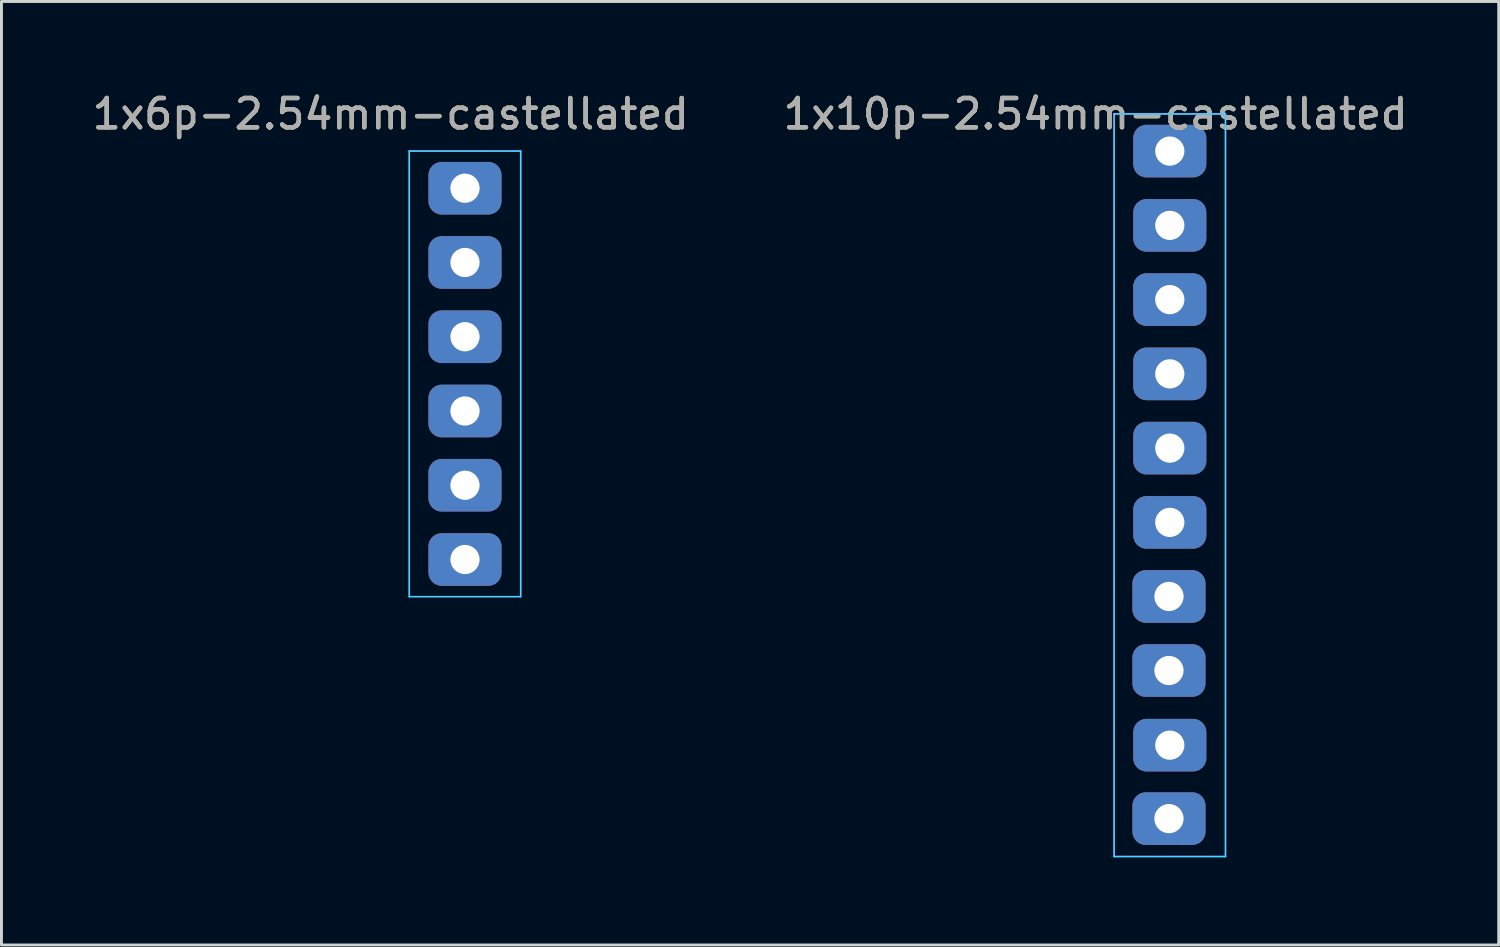
<source format=kicad_pcb>
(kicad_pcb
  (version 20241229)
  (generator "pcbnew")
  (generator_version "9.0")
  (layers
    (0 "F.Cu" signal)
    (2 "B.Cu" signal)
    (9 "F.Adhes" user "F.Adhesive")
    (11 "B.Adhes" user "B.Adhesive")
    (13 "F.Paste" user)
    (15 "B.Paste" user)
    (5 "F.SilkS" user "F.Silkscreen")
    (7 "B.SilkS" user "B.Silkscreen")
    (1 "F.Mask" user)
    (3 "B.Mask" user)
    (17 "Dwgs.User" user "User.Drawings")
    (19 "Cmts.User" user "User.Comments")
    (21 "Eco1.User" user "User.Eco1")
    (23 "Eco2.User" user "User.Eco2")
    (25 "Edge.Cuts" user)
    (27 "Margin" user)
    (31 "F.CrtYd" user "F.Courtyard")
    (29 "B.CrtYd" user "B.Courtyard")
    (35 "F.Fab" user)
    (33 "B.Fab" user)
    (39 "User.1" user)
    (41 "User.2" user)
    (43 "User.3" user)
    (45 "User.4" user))
  (footprint "1x6p-2.54mm-castellated"
    (layer "F.Cu")
    (at 12.855 9.738)
    (property "Reference" "1x6p-2.54mm-castellated" (at -2.54 -8.89 0) (unlocked yes) (layer "F.SilkS") (effects (font (size 1 1) (thickness 0.15))))
    (attr through_hole)
    (fp_line (start -1.905 -7.62) (end 1.905 -7.62) (stroke (width 0.05) (type solid)) (layer "B.CrtYd"))
    (fp_line (start -1.905 7.62) (end -1.905 -7.62) (stroke (width 0.05) (type solid)) (layer "B.CrtYd"))
    (fp_line (start 1.905 -7.62) (end 1.905 7.62) (stroke (width 0.05) (type solid)) (layer "B.CrtYd"))
    (fp_line (start 1.905 7.62) (end -1.905 7.62) (stroke (width 0.05) (type solid)) (layer "B.CrtYd"))
    (fp_line (start -1.905 -7.62) (end 1.905 -7.62) (stroke (width 0.05) (type solid)) (layer "F.CrtYd"))
    (fp_line (start -1.905 7.62) (end -1.905 -7.62) (stroke (width 0.05) (type solid)) (layer "F.CrtYd"))
    (fp_line (start 1.905 -7.62) (end 1.905 7.62) (stroke (width 0.05) (type solid)) (layer "F.CrtYd"))
    (fp_line (start 1.905 7.62) (end -1.905 7.62) (stroke (width 0.05) (type solid)) (layer "F.CrtYd"))
    (fp_text user "${REFERENCE}" (at -2.54 -8.89 0) (unlocked yes) (layer "F.Fab") (effects (font (size 1 1) (thickness 0.15))))
    (pad "1" thru_hole roundrect (at 0 -6.35) (size 2.5 1.8) (drill 1) (layers "*.Cu" "*.Mask") (roundrect_rratio 0.25))
    (pad "2" thru_hole roundrect (at 0 -3.81) (size 2.5 1.8) (drill 1) (layers "*.Cu" "*.Mask") (roundrect_rratio 0.25))
    (pad "3" thru_hole roundrect (at 0 -1.27) (size 2.5 1.8) (drill 1) (layers "*.Cu" "*.Mask") (roundrect_rratio 0.25))
    (pad "4" thru_hole roundrect (at 0 1.27) (size 2.5 1.8) (drill 1) (layers "*.Cu" "*.Mask") (roundrect_rratio 0.25))
    (pad "5" thru_hole roundrect (at 0 3.81) (size 2.5 1.8) (drill 1) (layers "*.Cu" "*.Mask") (roundrect_rratio 0.25))
    (pad "6" thru_hole roundrect (at 0 6.35) (size 2.5 1.8) (drill 1) (layers "*.Cu" "*.Mask") (roundrect_rratio 0.25)))
  (footprint "1x10p-2.54mm-castellated"
    (layer "F.Cu")
    (at 36.963 12.278)
    (property "Reference" "1x10p-2.54mm-castellated" (at -2.54 -11.43 0) (unlocked yes) (layer "F.SilkS") (effects (font (size 1 1) (thickness 0.15))))
    (attr through_hole)
    (fp_line (start -1.905 -11.43) (end 1.905 -11.43) (stroke (width 0.05) (type solid)) (layer "B.CrtYd"))
    (fp_line (start -1.905 13.97) (end -1.905 -11.43) (stroke (width 0.05) (type solid)) (layer "B.CrtYd"))
    (fp_line (start 1.905 -11.43) (end 1.905 13.97) (stroke (width 0.05) (type solid)) (layer "B.CrtYd"))
    (fp_line (start 1.905 13.97) (end -1.905 13.97) (stroke (width 0.05) (type solid)) (layer "B.CrtYd"))
    (fp_line (start -1.905 -11.43) (end 1.905 -11.43) (stroke (width 0.05) (type solid)) (layer "F.CrtYd"))
    (fp_line (start -1.905 13.97) (end -1.905 -11.43) (stroke (width 0.05) (type solid)) (layer "F.CrtYd"))
    (fp_line (start 1.905 -11.43) (end 1.905 13.97) (stroke (width 0.05) (type solid)) (layer "F.CrtYd"))
    (fp_line (start 1.905 13.97) (end -1.905 13.97) (stroke (width 0.05) (type solid)) (layer "F.CrtYd"))
    (fp_text user "${REFERENCE}" (at -2.54 -11.43 0) (unlocked yes) (layer "F.Fab") (effects (font (size 1 1) (thickness 0.15))))
    (pad "1" thru_hole roundrect (at 0 -10.16) (size 2.5 1.8) (drill 1) (layers "*.Cu" "*.Mask") (roundrect_rratio 0.25))
    (pad "2" thru_hole roundrect (at 0 -7.62) (size 2.5 1.8) (drill 1) (layers "*.Cu" "*.Mask") (roundrect_rratio 0.25))
    (pad "3" thru_hole roundrect (at 0 -5.08) (size 2.5 1.8) (drill 1) (layers "*.Cu" "*.Mask") (roundrect_rratio 0.25))
    (pad "4" thru_hole roundrect (at 0 -2.54) (size 2.5 1.8) (drill 1) (layers "*.Cu" "*.Mask") (roundrect_rratio 0.25))
    (pad "5" thru_hole roundrect (at 0 0) (size 2.5 1.8) (drill 1) (layers "*.Cu" "*.Mask") (roundrect_rratio 0.25))
    (pad "6" thru_hole roundrect (at 0 2.54) (size 2.5 1.8) (drill 1) (layers "*.Cu" "*.Mask") (roundrect_rratio 0.25))
    (pad "7" thru_hole roundrect (at -0.028 5.074) (size 2.5 1.8) (drill 1) (layers "*.Cu" "*.Mask") (roundrect_rratio 0.25))
    (pad "8" thru_hole roundrect (at -0.028 7.607) (size 2.5 1.8) (drill 1) (layers "*.Cu" "*.Mask") (roundrect_rratio 0.25))
    (pad "9" thru_hole roundrect (at 0 10.16) (size 2.5 1.8) (drill 1) (layers "*.Cu" "*.Mask") (roundrect_rratio 0.25))
    (pad "10" thru_hole roundrect (at -0.028 12.673) (size 2.5 1.8) (drill 1) (layers "*.Cu" "*.Mask") (roundrect_rratio 0.25)))
  (gr_rect
    (start -3 -3)
    (end 48.214 29.273)
    (stroke (width 0.1) (type default))
    (fill no)
    (layer "Edge.Cuts")))
</source>
